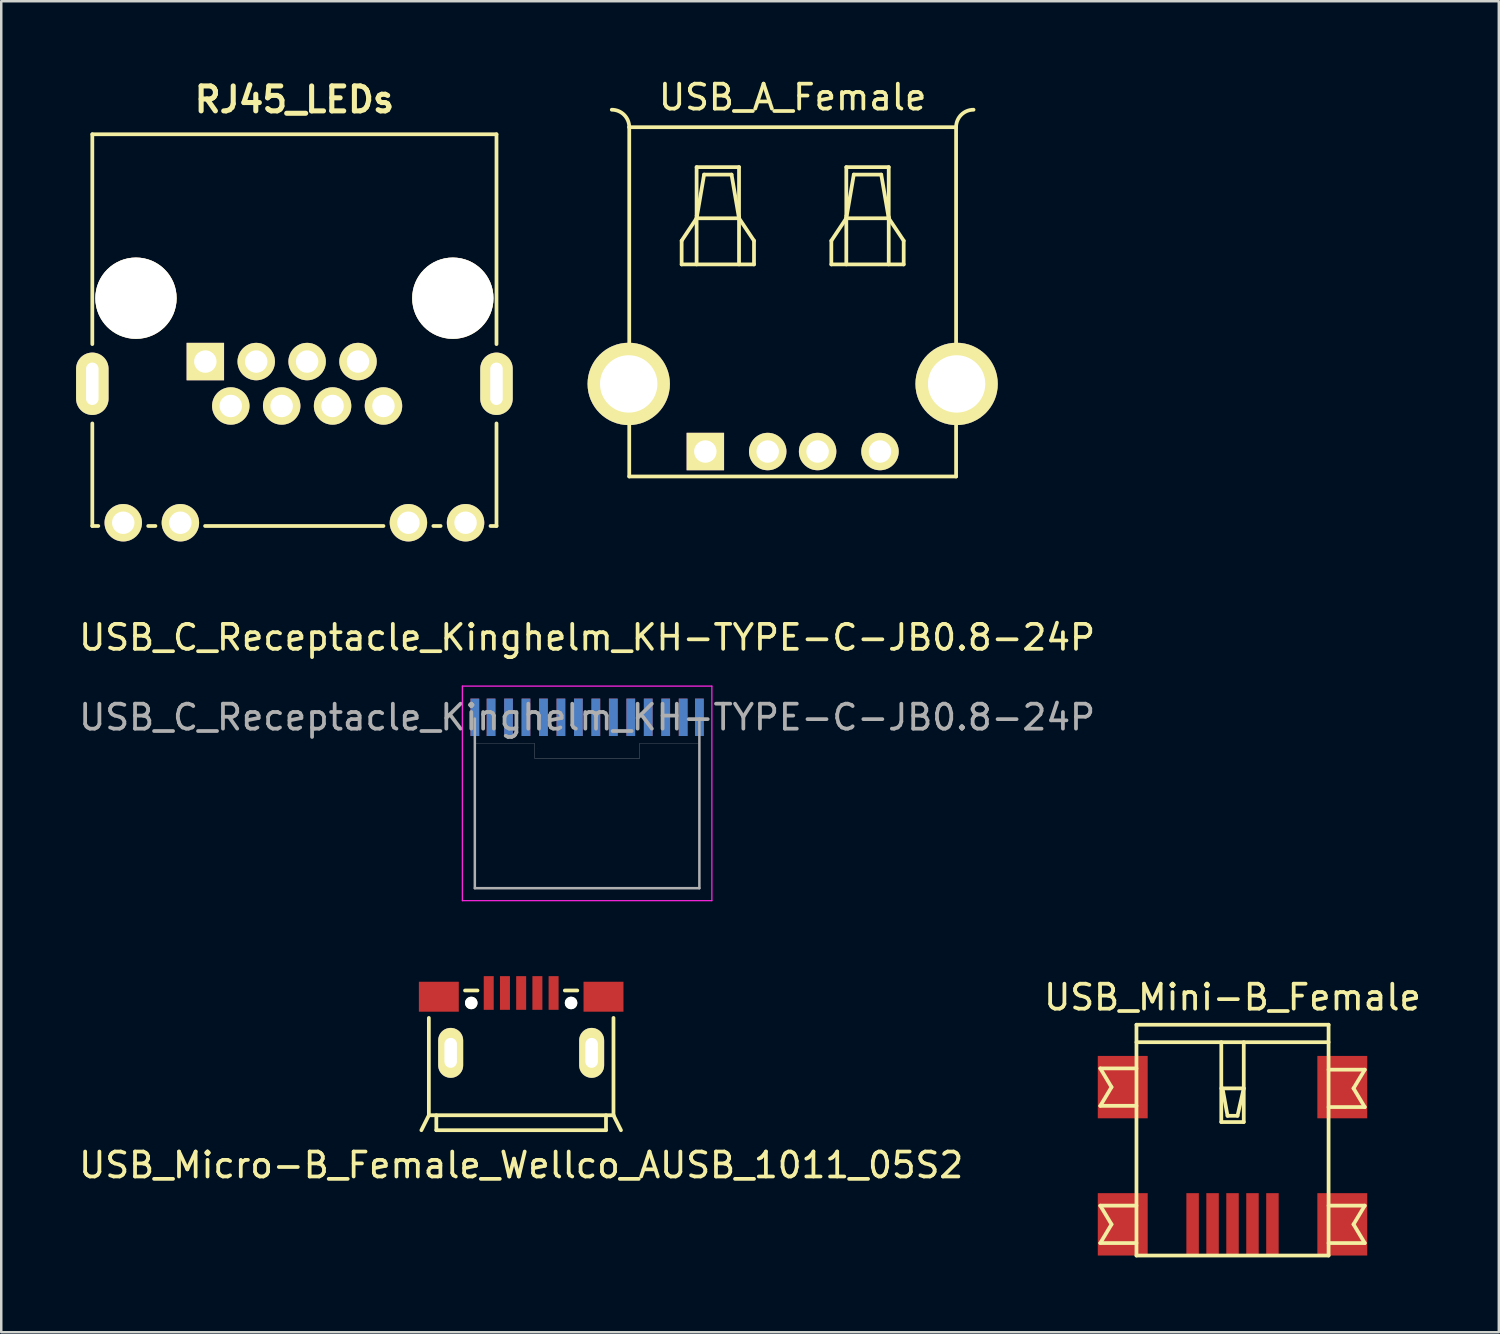
<source format=kicad_pcb>
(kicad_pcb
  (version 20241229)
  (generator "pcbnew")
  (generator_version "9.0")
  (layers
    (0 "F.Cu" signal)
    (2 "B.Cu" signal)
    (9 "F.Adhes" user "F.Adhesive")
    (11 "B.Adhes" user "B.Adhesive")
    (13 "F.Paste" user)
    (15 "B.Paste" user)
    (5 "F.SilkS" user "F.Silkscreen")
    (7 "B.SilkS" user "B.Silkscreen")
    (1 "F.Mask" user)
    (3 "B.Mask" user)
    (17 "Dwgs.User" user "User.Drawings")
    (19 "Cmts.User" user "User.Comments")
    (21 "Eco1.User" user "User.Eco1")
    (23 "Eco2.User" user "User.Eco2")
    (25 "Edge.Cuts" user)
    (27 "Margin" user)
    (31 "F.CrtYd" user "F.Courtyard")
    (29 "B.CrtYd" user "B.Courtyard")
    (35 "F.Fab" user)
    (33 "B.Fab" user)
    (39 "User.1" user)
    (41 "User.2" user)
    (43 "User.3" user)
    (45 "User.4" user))
  (footprint "RJ45_LEDs"
    (layer "F.Cu")
    (at 5.18 11.442)
    (property "Reference" "RJ45_LEDs" (at 3.57 -10.5 180) (layer "F.SilkS") (effects (font (size 1 1) (thickness 0.203))))
    (attr through_hole)
    (fp_line (start -4.53 -9.11) (end -4.53 -0.7) (stroke (width 0.15) (type solid)) (layer "F.SilkS"))
    (fp_line (start -4.53 2.48) (end -4.53 6.59) (stroke (width 0.15) (type solid)) (layer "F.SilkS"))
    (fp_line (start -4.29 6.59) (end -4.53 6.59) (stroke (width 0.15) (type solid)) (layer "F.SilkS"))
    (fp_line (start -2 6.59) (end -2.29 6.59) (stroke (width 0.15) (type solid)) (layer "F.SilkS"))
    (fp_line (start 7.14 6.59) (end -0.01 6.59) (stroke (width 0.15) (type solid)) (layer "F.SilkS"))
    (fp_line (start 9.43 6.59) (end 9.14 6.59) (stroke (width 0.15) (type solid)) (layer "F.SilkS"))
    (fp_line (start 11.43 6.59) (end 11.67 6.59) (stroke (width 0.15) (type solid)) (layer "F.SilkS"))
    (fp_line (start 11.67 -9.11) (end -4.53 -9.11) (stroke (width 0.15) (type solid)) (layer "F.SilkS"))
    (fp_line (start 11.67 -0.7) (end 11.67 -9.11) (stroke (width 0.15) (type solid)) (layer "F.SilkS"))
    (fp_line (start 11.67 6.59) (end 11.67 2.48) (stroke (width 0.15) (type solid)) (layer "F.SilkS"))
    (pad "" thru_hole circle (at -2.78 -2.54 180) (size 3.26 3.26) (drill 3.25) (layers "*.Cu" "*.Mask" "F.SilkS"))
    (pad "" thru_hole circle (at 9.92 -2.54 180) (size 3.26 3.26) (drill 3.25) (layers "*.Cu" "*.Mask" "F.SilkS"))
    (pad "1" thru_hole rect (at 0 0 180) (size 1.5 1.5) (drill 0.9) (layers "*.Cu" "*.Mask" "F.SilkS"))
    (pad "2" thru_hole circle (at 1.02 1.78 180) (size 1.5 1.5) (drill 0.9) (layers "*.Cu" "*.Mask" "F.SilkS"))
    (pad "3" thru_hole circle (at 2.04 0 180) (size 1.5 1.5) (drill 0.9) (layers "*.Cu" "*.Mask" "F.SilkS"))
    (pad "4" thru_hole circle (at 3.06 1.78 180) (size 1.5 1.5) (drill 0.9) (layers "*.Cu" "*.Mask" "F.SilkS"))
    (pad "5" thru_hole circle (at 4.08 0 180) (size 1.5 1.5) (drill 0.9) (layers "*.Cu" "*.Mask" "F.SilkS"))
    (pad "6" thru_hole circle (at 5.1 1.78 180) (size 1.5 1.5) (drill 0.9) (layers "*.Cu" "*.Mask" "F.SilkS"))
    (pad "7" thru_hole circle (at 6.12 0 180) (size 1.5 1.5) (drill 0.9) (layers "*.Cu" "*.Mask" "F.SilkS"))
    (pad "8" thru_hole circle (at 7.14 1.78 180) (size 1.5 1.5) (drill 0.9) (layers "*.Cu" "*.Mask" "F.SilkS"))
    (pad "13" thru_hole oval (at -4.53 0.89 180) (size 1.3 2.5) (drill oval 0.5 1.7) (layers "*.Cu" "*.Mask" "F.SilkS"))
    (pad "13" thru_hole oval (at 11.67 0.89 180) (size 1.3 2.5) (drill oval 0.5 1.7) (layers "*.Cu" "*.Mask" "F.SilkS"))
    (pad "GA" thru_hole circle (at -1 6.46 180) (size 1.5 1.5) (drill 0.9) (layers "*.Cu" "*.Mask" "F.SilkS"))
    (pad "GK" thru_hole circle (at -3.29 6.46 180) (size 1.5 1.5) (drill 0.9) (layers "*.Cu" "*.Mask" "F.SilkS"))
    (pad "YA" thru_hole circle (at 10.43 6.46 180) (size 1.5 1.5) (drill 0.9) (layers "*.Cu" "*.Mask" "F.SilkS"))
    (pad "YK" thru_hole circle (at 8.14 6.46 180) (size 1.5 1.5) (drill 0.9) (layers "*.Cu" "*.Mask" "F.SilkS")))
  (footprint "USB_Micro-B_Female_Wellco_AUSB_1011_05S2"
    (layer "F.Cu")
    (at 16.539 36.75)
    (property "Reference" "USB_Micro-B_Female_Wellco_AUSB_1011_05S2" (at 1.3 6.9 180) (layer "F.SilkS") (effects (font (size 1 1) (thickness 0.15))))
    (attr through_hole)
    (fp_line (start -2.4 1) (end -2.4 4.9) (stroke (width 0.15) (type solid)) (layer "F.SilkS"))
    (fp_line (start -2.4 4.9) (end -2.7 5.5) (stroke (width 0.15) (type solid)) (layer "F.SilkS"))
    (fp_line (start -2.1 5.5) (end -2.1 4.9) (stroke (width 0.15) (type solid)) (layer "F.SilkS"))
    (fp_line (start -0.45 -0.1) (end -0.95 -0.1) (stroke (width 0.15) (type solid)) (layer "F.SilkS"))
    (fp_line (start 3.55 -0.1) (end 3.05 -0.1) (stroke (width 0.15) (type solid)) (layer "F.SilkS"))
    (fp_line (start 4.7 5.5) (end -2.1 5.5) (stroke (width 0.15) (type solid)) (layer "F.SilkS"))
    (fp_line (start 4.7 5.5) (end 4.7 4.9) (stroke (width 0.15) (type solid)) (layer "F.SilkS"))
    (fp_line (start 5 4.9) (end -2.4 4.9) (stroke (width 0.15) (type solid)) (layer "F.SilkS"))
    (fp_line (start 5 4.9) (end 5 1) (stroke (width 0.15) (type solid)) (layer "F.SilkS"))
    (fp_line (start 5 4.9) (end 5.3 5.5) (stroke (width 0.15) (type solid)) (layer "F.SilkS"))
    (pad "" np_thru_hole circle (at -0.7 0.4 180) (size 0.5 0.5) (drill 0.5) (layers "*.Cu" "*.Mask" "F.SilkS"))
    (pad "" np_thru_hole circle (at 3.3 0.4 180) (size 0.5 0.5) (drill 0.5) (layers "*.Cu" "*.Mask" "F.SilkS"))
    (pad "1" smd rect (at 0 0 180) (size 0.4 1.35) (layers "F.Cu" "F.Mask" "F.Paste"))
    (pad "2" smd rect (at 0.65 0 180) (size 0.4 1.35) (layers "F.Cu" "F.Mask" "F.Paste"))
    (pad "3" smd rect (at 1.3 0 180) (size 0.4 1.35) (layers "F.Cu" "F.Mask" "F.Paste"))
    (pad "4" smd rect (at 1.95 0 180) (size 0.4 1.35) (layers "F.Cu" "F.Mask" "F.Paste"))
    (pad "5" smd rect (at 2.6 0 180) (size 0.4 1.35) (layers "F.Cu" "F.Mask" "F.Paste"))
    (pad "6" smd rect (at -2 0.15 180) (size 1.6 1.2) (layers "F.Cu" "F.Mask" "F.Paste"))
    (pad "6" thru_hole oval (at -1.525 2.4 180) (size 1 2) (drill oval 0.5 1.2) (layers "*.Cu" "*.Mask" "F.SilkS"))
    (pad "6" thru_hole oval (at 4.125 2.4 180) (size 1 2) (drill oval 0.5 1.2) (layers "*.Cu" "*.Mask" "F.SilkS"))
    (pad "6" smd rect (at 4.6 0.15 180) (size 1.6 1.2) (layers "F.Cu" "F.Mask" "F.Paste")))
  (footprint "USB_A_Female"
    (layer "F.Cu")
    (at 28.721 15.048)
    (property "Reference" "USB_A_Female" (at 0 -14.2 0) (layer "F.SilkS") (effects (font (size 1 1) (thickness 0.15))))
    (attr through_hole)
    (fp_line (start -6.55 -13) (end 6.55 -13) (stroke (width 0.15) (type solid)) (layer "F.SilkS"))
    (fp_line (start -6.55 1) (end -6.55 -13) (stroke (width 0.15) (type solid)) (layer "F.SilkS"))
    (fp_line (start -4.45 -8.45) (end -3.85 -9.35) (stroke (width 0.15) (type solid)) (layer "F.SilkS"))
    (fp_line (start -4.45 -7.5) (end -4.45 -8.45) (stroke (width 0.15) (type solid)) (layer "F.SilkS"))
    (fp_line (start -4.45 -7.5) (end -1.55 -7.5) (stroke (width 0.15) (type solid)) (layer "F.SilkS"))
    (fp_line (start -3.85 -11.4) (end -3.85 -9.45) (stroke (width 0.15) (type solid)) (layer "F.SilkS"))
    (fp_line (start -3.85 -9.45) (end -3.85 -7.5) (stroke (width 0.15) (type solid)) (layer "F.SilkS"))
    (fp_line (start -3.55 -11.1) (end -3.85 -9.35) (stroke (width 0.15) (type solid)) (layer "F.SilkS"))
    (fp_line (start -2.45 -11.1) (end -3.55 -11.1) (stroke (width 0.15) (type solid)) (layer "F.SilkS"))
    (fp_line (start -2.45 -11.1) (end -2.15 -9.35) (stroke (width 0.15) (type solid)) (layer "F.SilkS"))
    (fp_line (start -2.15 -11.4) (end -3.85 -11.4) (stroke (width 0.15) (type solid)) (layer "F.SilkS"))
    (fp_line (start -2.15 -9.4) (end -2.15 -11.4) (stroke (width 0.15) (type solid)) (layer "F.SilkS"))
    (fp_line (start -2.15 -9.4) (end -2.15 -7.5) (stroke (width 0.15) (type solid)) (layer "F.SilkS"))
    (fp_line (start -2.15 -9.35) (end -3.85 -9.35) (stroke (width 0.15) (type solid)) (layer "F.SilkS"))
    (fp_line (start -1.55 -8.45) (end -2.15 -9.35) (stroke (width 0.15) (type solid)) (layer "F.SilkS"))
    (fp_line (start -1.55 -7.5) (end -1.55 -8.45) (stroke (width 0.15) (type solid)) (layer "F.SilkS"))
    (fp_line (start 1.55 -8.45) (end 2.15 -9.35) (stroke (width 0.15) (type solid)) (layer "F.SilkS"))
    (fp_line (start 1.55 -7.5) (end 1.55 -8.45) (stroke (width 0.15) (type solid)) (layer "F.SilkS"))
    (fp_line (start 1.55 -7.5) (end 4.45 -7.5) (stroke (width 0.15) (type solid)) (layer "F.SilkS"))
    (fp_line (start 2.15 -11.4) (end 2.15 -9.45) (stroke (width 0.15) (type solid)) (layer "F.SilkS"))
    (fp_line (start 2.15 -9.45) (end 2.15 -7.5) (stroke (width 0.15) (type solid)) (layer "F.SilkS"))
    (fp_line (start 2.45 -11.1) (end 2.15 -9.35) (stroke (width 0.15) (type solid)) (layer "F.SilkS"))
    (fp_line (start 3.55 -11.1) (end 2.45 -11.1) (stroke (width 0.15) (type solid)) (layer "F.SilkS"))
    (fp_line (start 3.55 -11.1) (end 3.85 -9.35) (stroke (width 0.15) (type solid)) (layer "F.SilkS"))
    (fp_line (start 3.85 -11.4) (end 2.15 -11.4) (stroke (width 0.15) (type solid)) (layer "F.SilkS"))
    (fp_line (start 3.85 -9.4) (end 3.85 -11.4) (stroke (width 0.15) (type solid)) (layer "F.SilkS"))
    (fp_line (start 3.85 -9.4) (end 3.85 -7.5) (stroke (width 0.15) (type solid)) (layer "F.SilkS"))
    (fp_line (start 3.85 -9.35) (end 2.15 -9.35) (stroke (width 0.15) (type solid)) (layer "F.SilkS"))
    (fp_line (start 4.45 -8.45) (end 3.85 -9.35) (stroke (width 0.15) (type solid)) (layer "F.SilkS"))
    (fp_line (start 4.45 -7.5) (end 4.45 -8.45) (stroke (width 0.15) (type solid)) (layer "F.SilkS"))
    (fp_line (start 6.55 -13) (end 6.55 1) (stroke (width 0.15) (type solid)) (layer "F.SilkS"))
    (fp_line (start 6.55 1) (end -6.55 1) (stroke (width 0.15) (type solid)) (layer "F.SilkS"))
    (fp_arc (start -7.25 -13.7) (mid -6.755025 -13.494975) (end -6.55 -13) (stroke (width 0.15) (type solid)) (layer "F.SilkS"))
    (fp_arc (start 6.55 -13) (mid 6.755025 -13.494975) (end 7.25 -13.7) (stroke (width 0.15) (type solid)) (layer "F.SilkS"))
    (pad "1" thru_hole rect (at -3.5 0 180) (size 1.5 1.5) (drill 0.9) (layers "*.Cu" "*.Mask" "F.SilkS"))
    (pad "2" thru_hole circle (at -1 0 180) (size 1.5 1.5) (drill 0.9) (layers "*.Cu" "*.Mask" "F.SilkS"))
    (pad "3" thru_hole circle (at 1 0 180) (size 1.5 1.5) (drill 0.9) (layers "*.Cu" "*.Mask" "F.SilkS"))
    (pad "4" thru_hole circle (at 3.5 0 180) (size 1.5 1.5) (drill 0.9) (layers "*.Cu" "*.Mask" "F.SilkS"))
    (pad "5" thru_hole circle (at -6.571 -2.71 180) (size 3.3 3.3) (drill 2.3) (layers "*.Cu" "*.Mask" "F.SilkS"))
    (pad "5" thru_hole circle (at 6.571 -2.71 180) (size 3.3 3.3) (drill 2.3) (layers "*.Cu" "*.Mask" "F.SilkS")))
  (footprint "USB_Mini-B_Female"
    (layer "F.Cu")
    (at 46.351 46.023)
    (property "Reference" "USB_Mini-B_Female" (at 0 -9.1 0) (layer "F.SilkS") (effects (font (size 1 1) (thickness 0.15))))
    (attr through_hole)
    (fp_line (start -5.3 -6.25) (end -3.85 -6.25) (stroke (width 0.15) (type solid)) (layer "F.SilkS"))
    (fp_line (start -5.3 -4.75) (end -4.85 -5.5) (stroke (width 0.15) (type solid)) (layer "F.SilkS"))
    (fp_line (start -5.3 -0.75) (end -3.85 -0.75) (stroke (width 0.15) (type solid)) (layer "F.SilkS"))
    (fp_line (start -5.3 0.75) (end -4.85 0) (stroke (width 0.15) (type solid)) (layer "F.SilkS"))
    (fp_line (start -4.85 -5.5) (end -5.3 -6.25) (stroke (width 0.15) (type solid)) (layer "F.SilkS"))
    (fp_line (start -4.85 0) (end -5.3 -0.75) (stroke (width 0.15) (type solid)) (layer "F.SilkS"))
    (fp_line (start -3.85 -8) (end 3.85 -8) (stroke (width 0.15) (type solid)) (layer "F.SilkS"))
    (fp_line (start -3.85 -4.75) (end -5.3 -4.75) (stroke (width 0.15) (type solid)) (layer "F.SilkS"))
    (fp_line (start -3.85 0.75) (end -5.3 0.75) (stroke (width 0.15) (type solid)) (layer "F.SilkS"))
    (fp_line (start -3.85 1.25) (end -3.85 -8) (stroke (width 0.15) (type solid)) (layer "F.SilkS"))
    (fp_line (start -0.45 -4.1) (end -0.45 -7.3) (stroke (width 0.15) (type solid)) (layer "F.SilkS"))
    (fp_line (start -0.4 -5.45) (end -0.2 -4.35) (stroke (width 0.15) (type solid)) (layer "F.SilkS"))
    (fp_line (start -0.2 -4.35) (end 0.2 -4.35) (stroke (width 0.15) (type solid)) (layer "F.SilkS"))
    (fp_line (start 0.2 -4.35) (end 0.45 -5.45) (stroke (width 0.15) (type solid)) (layer "F.SilkS"))
    (fp_line (start 0.45 -7.3) (end 0.45 -4.1) (stroke (width 0.15) (type solid)) (layer "F.SilkS"))
    (fp_line (start 0.45 -5.45) (end -0.45 -5.45) (stroke (width 0.15) (type solid)) (layer "F.SilkS"))
    (fp_line (start 0.45 -4.1) (end -0.45 -4.1) (stroke (width 0.15) (type solid)) (layer "F.SilkS"))
    (fp_line (start 3.85 -8) (end 3.85 1.25) (stroke (width 0.15) (type solid)) (layer "F.SilkS"))
    (fp_line (start 3.85 -7.3) (end -3.85 -7.3) (stroke (width 0.15) (type solid)) (layer "F.SilkS"))
    (fp_line (start 3.85 -4.7) (end 5.3 -4.7) (stroke (width 0.15) (type solid)) (layer "F.SilkS"))
    (fp_line (start 3.85 0.75) (end 5.3 0.75) (stroke (width 0.15) (type solid)) (layer "F.SilkS"))
    (fp_line (start 3.85 1.25) (end -3.85 1.25) (stroke (width 0.15) (type solid)) (layer "F.SilkS"))
    (fp_line (start 4.85 -5.45) (end 5.3 -6.2) (stroke (width 0.15) (type solid)) (layer "F.SilkS"))
    (fp_line (start 4.85 0) (end 5.3 -0.75) (stroke (width 0.15) (type solid)) (layer "F.SilkS"))
    (fp_line (start 5.3 -6.2) (end 3.85 -6.2) (stroke (width 0.15) (type solid)) (layer "F.SilkS"))
    (fp_line (start 5.3 -4.7) (end 4.85 -5.45) (stroke (width 0.15) (type solid)) (layer "F.SilkS"))
    (fp_line (start 5.3 -0.75) (end 3.85 -0.75) (stroke (width 0.15) (type solid)) (layer "F.SilkS"))
    (fp_line (start 5.3 0.75) (end 4.85 0) (stroke (width 0.15) (type solid)) (layer "F.SilkS"))
    (pad "1" smd rect (at 1.6 0) (size 0.5 2.5) (layers "F.Cu" "F.Mask" "F.Paste"))
    (pad "2" smd rect (at 0.8 0) (size 0.5 2.5) (layers "F.Cu" "F.Mask" "F.Paste"))
    (pad "3" smd rect (at 0 0) (size 0.5 2.5) (layers "F.Cu" "F.Mask" "F.Paste"))
    (pad "4" smd rect (at -0.8 0) (size 0.5 2.5) (layers "F.Cu" "F.Mask" "F.Paste"))
    (pad "5" smd rect (at -1.6 0) (size 0.5 2.5) (layers "F.Cu" "F.Mask" "F.Paste"))
    (pad "6" smd rect (at -4.4 -5.5) (size 2 2.5) (layers "F.Cu" "F.Mask" "F.Paste"))
    (pad "6" smd rect (at -4.4 0) (size 2 2.5) (layers "F.Cu" "F.Mask" "F.Paste"))
    (pad "6" smd rect (at 4.4 -5.5) (size 2 2.5) (layers "F.Cu" "F.Mask" "F.Paste"))
    (pad "6" smd rect (at 4.4 0) (size 2 2.5) (layers "F.Cu" "F.Mask" "F.Paste")))
  (footprint "USB_C_Receptacle_Kinghelm_KH-TYPE-C-JB0.8-24P"
    (layer "F.Cu")
    (at 20.482 25.7)
    (property "Reference" "USB_C_Receptacle_Kinghelm_KH-TYPE-C-JB0.8-24P" (at 0 -3.2 0) (layer "F.SilkS") (effects (font (size 1 1) (thickness 0.15))))
    (attr smd)
    (fp_line (start -5 -1.25) (end -5 7.35) (stroke (width 0.05) (type solid)) (layer "F.CrtYd"))
    (fp_line (start -5 7.35) (end 5 7.35) (stroke (width 0.05) (type solid)) (layer "F.CrtYd"))
    (fp_line (start 5 -1.25) (end -5 -1.25) (stroke (width 0.05) (type solid)) (layer "F.CrtYd"))
    (fp_line (start 5 7.35) (end 5 -1.25) (stroke (width 0.05) (type solid)) (layer "F.CrtYd"))
    (fp_line (start -4.5 0.05) (end -4.5 6.85) (stroke (width 0.1) (type default)) (layer "F.Fab"))
    (fp_line (start -4.5 0.4) (end -4.5 0.4) (stroke (width 0.01) (type default)) (layer "F.Fab"))
    (fp_line (start -4.5 1.05) (end -2.1 1.05) (stroke (width 0.01) (type default)) (layer "F.Fab"))
    (fp_line (start -4.5 6.85) (end 4.5 6.85) (stroke (width 0.1) (type default)) (layer "F.Fab"))
    (fp_line (start -2.7 0.65) (end -2.7 0.65) (stroke (width 0.01) (type default)) (layer "F.Fab"))
    (fp_line (start -2.1 1.05) (end -2.1 1.65) (stroke (width 0.01) (type default)) (layer "F.Fab"))
    (fp_line (start -2.1 1.65) (end 2.1 1.65) (stroke (width 0.01) (type default)) (layer "F.Fab"))
    (fp_line (start -2 1.25) (end -2 1.25) (stroke (width 0.01) (type default)) (layer "F.Fab"))
    (fp_line (start 1.33 0.89) (end 1.33 0.89) (stroke (width 0.01) (type default)) (layer "F.Fab"))
    (fp_line (start 2.1 1.05) (end 4.5 1.05) (stroke (width 0.01) (type default)) (layer "F.Fab"))
    (fp_line (start 2.1 1.65) (end 2.1 1.05) (stroke (width 0.01) (type default)) (layer "F.Fab"))
    (fp_line (start 4.5 6.85) (end 4.5 0.05) (stroke (width 0.1) (type default)) (layer "F.Fab"))
    (fp_text user "${REFERENCE}" (at 0 0 0) (unlocked yes) (layer "F.Fab") (effects (font (size 1 1) (thickness 0.15))))
    (pad "A1" smd rect (at -3.85 0) (size 0.35 1.5) (layers "F.Cu" "F.Mask" "F.Paste"))
    (pad "A2" smd rect (at -3.15 0) (size 0.35 1.5) (layers "F.Cu" "F.Mask" "F.Paste"))
    (pad "A3" smd rect (at -2.45 0) (size 0.35 1.5) (layers "F.Cu" "F.Mask" "F.Paste"))
    (pad "A4" smd rect (at -1.75 0) (size 0.35 1.5) (layers "F.Cu" "F.Mask" "F.Paste"))
    (pad "A5" smd rect (at -1.05 0) (size 0.35 1.5) (layers "F.Cu" "F.Mask" "F.Paste"))
    (pad "A6" smd rect (at -0.35 0) (size 0.35 1.5) (layers "F.Cu" "F.Mask" "F.Paste"))
    (pad "A7" smd rect (at 0.35 0) (size 0.35 1.5) (layers "F.Cu" "F.Mask" "F.Paste"))
    (pad "A8" smd rect (at 1.05 0) (size 0.35 1.5) (layers "F.Cu" "F.Mask" "F.Paste"))
    (pad "A9" smd rect (at 1.75 0) (size 0.35 1.5) (layers "F.Cu" "F.Mask" "F.Paste"))
    (pad "A10" smd rect (at 2.45 0) (size 0.35 1.5) (layers "F.Cu" "F.Mask" "F.Paste"))
    (pad "A11" smd rect (at 3.15 0) (size 0.35 1.5) (layers "F.Cu" "F.Mask" "F.Paste"))
    (pad "A12" smd rect (at 3.85 0) (size 0.35 1.5) (layers "F.Cu" "F.Mask" "F.Paste"))
    (pad "B1" smd rect (at 3.85 0) (size 0.35 1.5) (layers "B.Cu" "B.Mask" "B.Paste"))
    (pad "B2" smd rect (at 3.15 0) (size 0.35 1.5) (layers "B.Cu" "B.Mask" "B.Paste"))
    (pad "B3" smd rect (at 2.45 0) (size 0.35 1.5) (layers "B.Cu" "B.Mask" "B.Paste"))
    (pad "B4" smd rect (at 1.75 0) (size 0.35 1.5) (layers "B.Cu" "B.Mask" "B.Paste"))
    (pad "B5" smd rect (at 1.05 0) (size 0.35 1.5) (layers "B.Cu" "B.Mask" "B.Paste"))
    (pad "B6" smd rect (at 0.35 0) (size 0.35 1.5) (layers "B.Cu" "B.Mask" "B.Paste"))
    (pad "B7" smd rect (at -0.35 0) (size 0.35 1.5) (layers "B.Cu" "B.Mask" "B.Paste"))
    (pad "B8" smd rect (at -1.05 0) (size 0.35 1.5) (layers "B.Cu" "B.Mask" "B.Paste"))
    (pad "B9" smd rect (at -1.75 0) (size 0.35 1.5) (layers "B.Cu" "B.Mask" "B.Paste"))
    (pad "B10" smd rect (at -2.45 0) (size 0.35 1.5) (layers "B.Cu" "B.Mask" "B.Paste"))
    (pad "B11" smd rect (at -3.15 0) (size 0.35 1.5) (layers "B.Cu" "B.Mask" "B.Paste"))
    (pad "B12" smd rect (at -3.85 0) (size 0.35 1.5) (layers "B.Cu" "B.Mask" "B.Paste"))
    (pad "S1" smd rect (at -4.5 0) (size 0.35 1.5) (layers "F.Cu" "F.Mask" "F.Paste"))
    (pad "S1" smd rect (at -4.5 0) (size 0.35 1.5) (layers "B.Cu" "B.Mask" "B.Paste"))
    (pad "S1" smd rect (at 4.5 0) (size 0.35 1.5) (layers "F.Cu" "F.Mask" "F.Paste"))
    (pad "S1" smd rect (at 4.5 0) (size 0.35 1.5) (layers "B.Cu" "B.Mask" "B.Paste")))
  (gr_rect
    (start -3 -3)
    (end 57.024 50.348)
    (stroke (width 0.1) (type default))
    (fill no)
    (layer "Edge.Cuts")))
</source>
